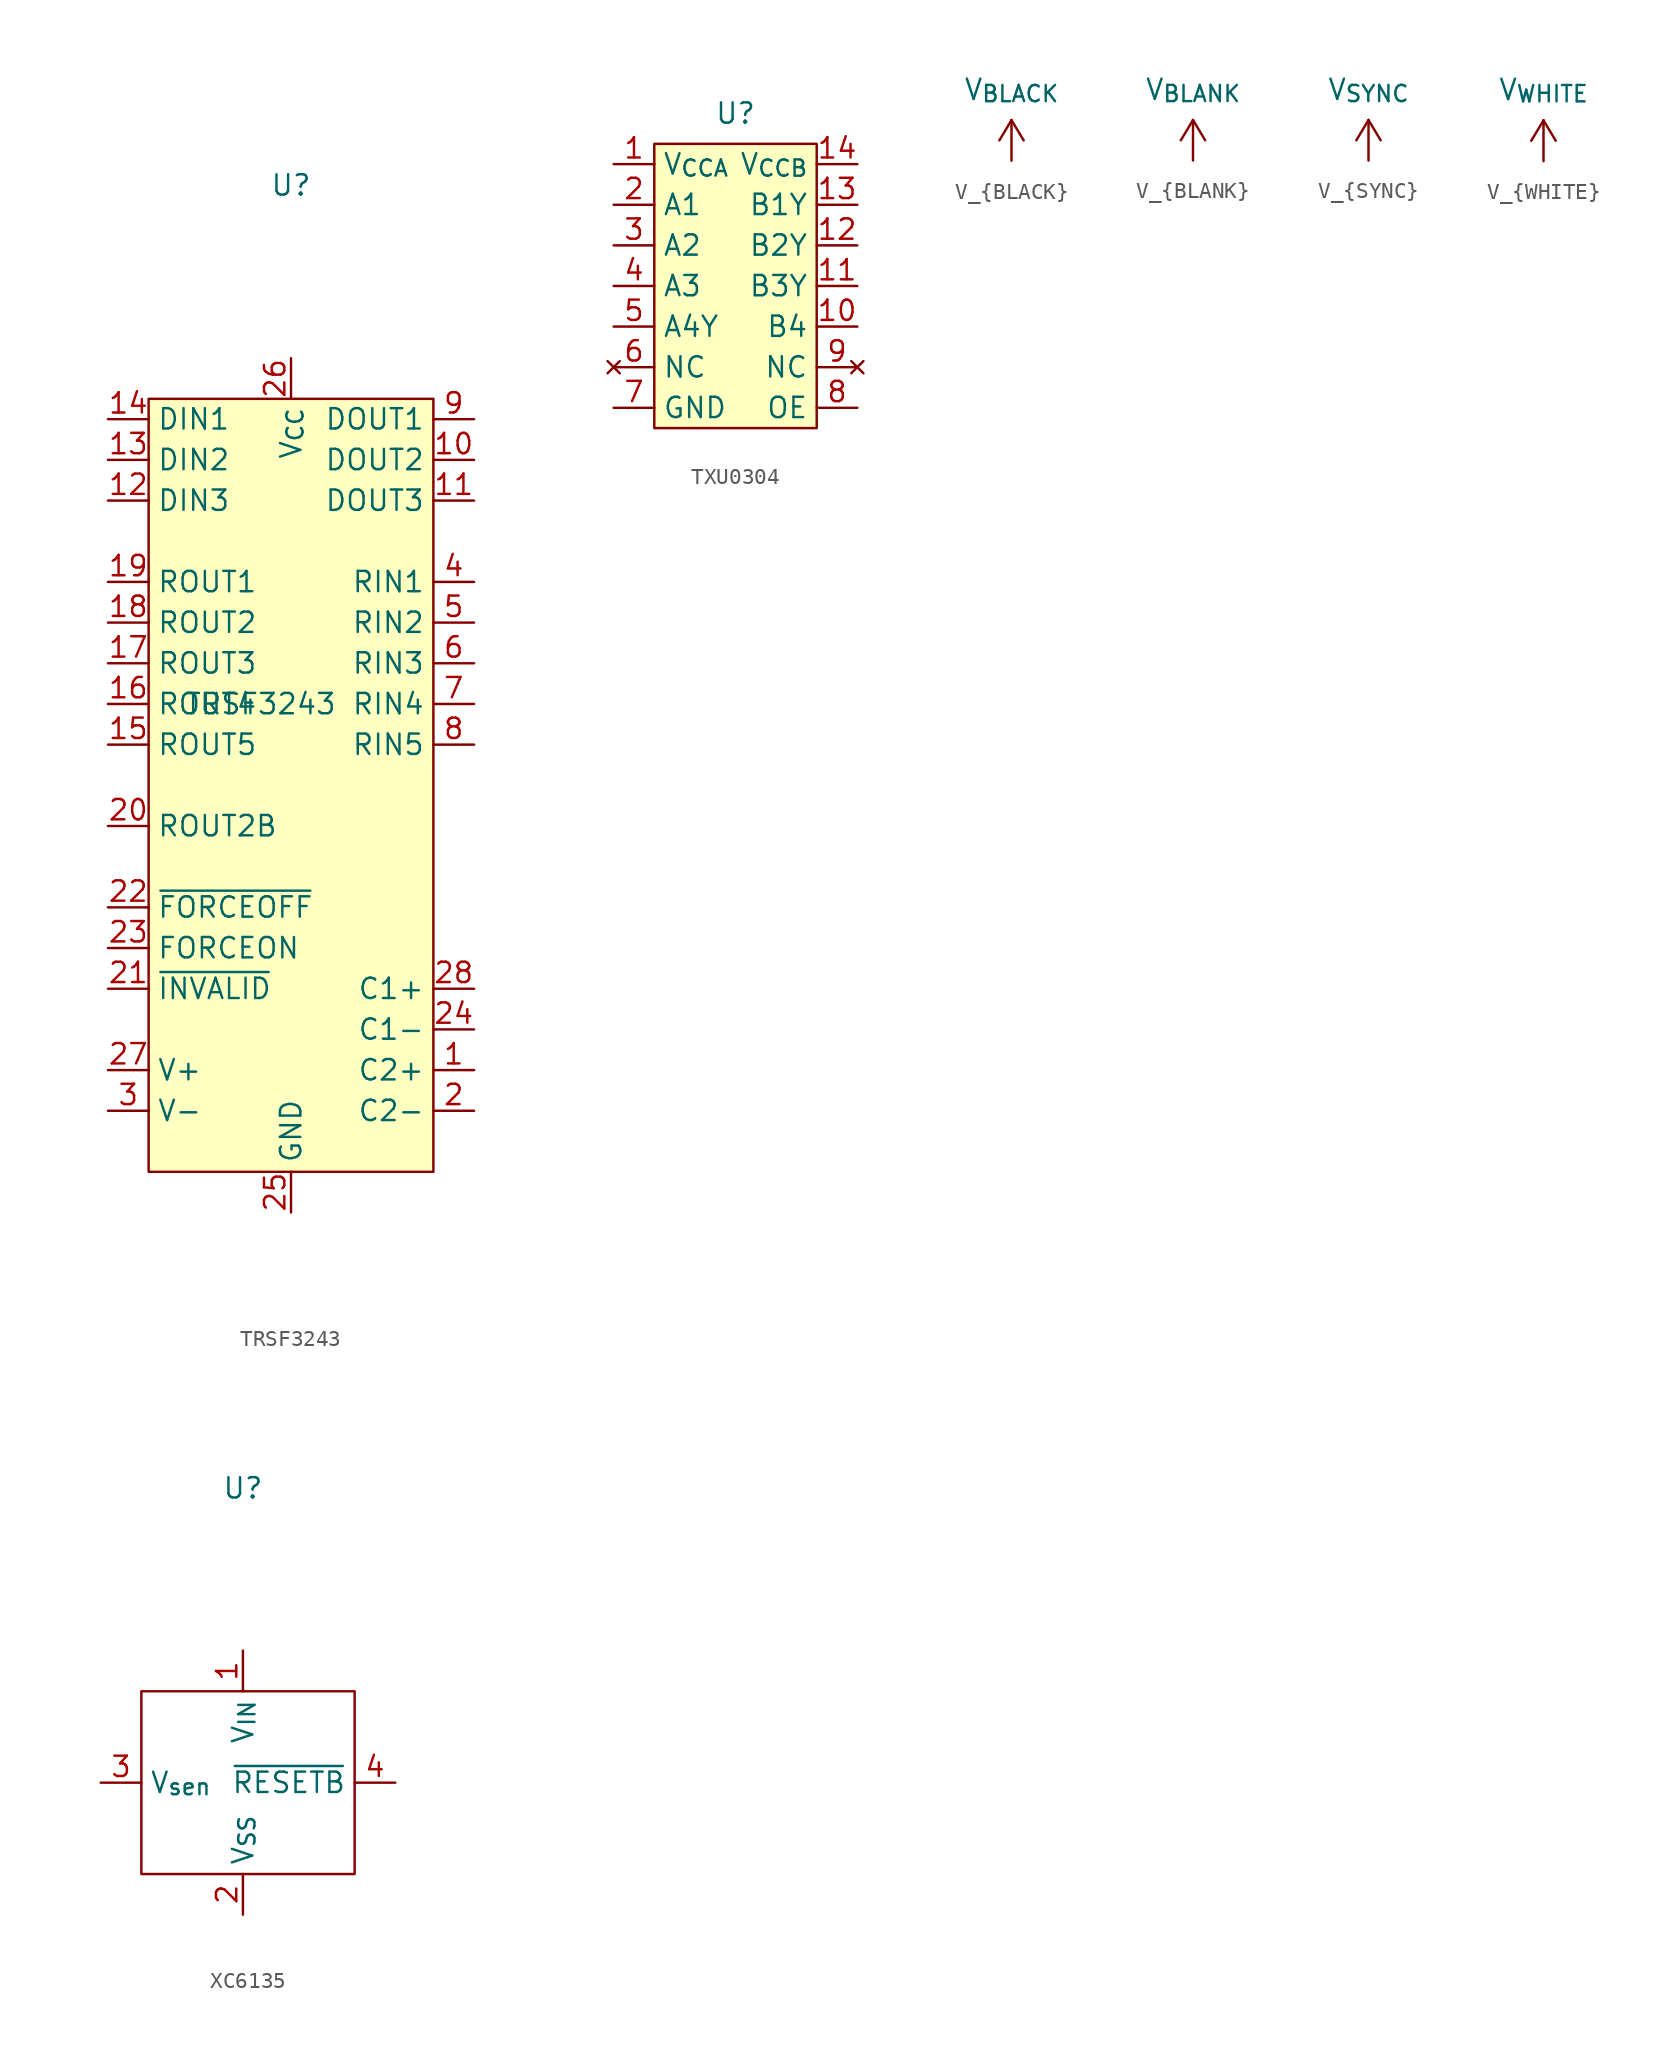
<source format=kicad_sym>
(kicad_symbol_lib
  (version 20220914)
  (generator kicad_symbol_editor)
  (symbol "TRSF3243"
    (property "Reference" "U"
      (at 0 37.465 0)
      (effects (font (size 1.27 1.27))))
    (property "Value" "TRSF3243"
      (at -1.905 5.08 0)
      (effects (font (size 1.27 1.27))))
    (symbol "TRSF3243_1_0"
      (pin unspecified line (at -11.43 -2.54 0) (length 2.54) (name "ROUT2B" (effects (font (size 1.27 1.27)))) (number "20" (effects (font (size 1.27 1.27))))))
    (symbol "TRSF3243_1_1"
      (rectangle (start -8.89 24.13) (end 8.89 -24.13) (stroke (width 0) (type default)) (fill (type background)))
      (pin passive line (at 11.43 -17.78 180) (length 2.54) (name "C2+" (effects (font (size 1.27 1.27)))) (number "1" (effects (font (size 1.27 1.27)))))
      (pin output line (at 11.43 20.32 180) (length 2.54) (name "DOUT2" (effects (font (size 1.27 1.27)))) (number "10" (effects (font (size 1.27 1.27)))))
      (pin output line (at 11.43 17.78 180) (length 2.54) (name "DOUT3" (effects (font (size 1.27 1.27)))) (number "11" (effects (font (size 1.27 1.27)))))
      (pin input line (at -11.43 17.78 0) (length 2.54) (name "DIN3" (effects (font (size 1.27 1.27)))) (number "12" (effects (font (size 1.27 1.27)))))
      (pin input line (at -11.43 20.32 0) (length 2.54) (name "DIN2" (effects (font (size 1.27 1.27)))) (number "13" (effects (font (size 1.27 1.27)))))
      (pin input line (at -11.43 22.86 0) (length 2.54) (name "DIN1" (effects (font (size 1.27 1.27)))) (number "14" (effects (font (size 1.27 1.27)))))
      (pin output line (at -11.43 2.54 0) (length 2.54) (name "ROUT5" (effects (font (size 1.27 1.27)))) (number "15" (effects (font (size 1.27 1.27)))))
      (pin output line (at -11.43 5.08 0) (length 2.54) (name "ROUT4" (effects (font (size 1.27 1.27)))) (number "16" (effects (font (size 1.27 1.27)))))
      (pin output line (at -11.43 7.62 0) (length 2.54) (name "ROUT3" (effects (font (size 1.27 1.27)))) (number "17" (effects (font (size 1.27 1.27)))))
      (pin output line (at -11.43 10.16 0) (length 2.54) (name "ROUT2" (effects (font (size 1.27 1.27)))) (number "18" (effects (font (size 1.27 1.27)))))
      (pin output line (at -11.43 12.7 0) (length 2.54) (name "ROUT1" (effects (font (size 1.27 1.27)))) (number "19" (effects (font (size 1.27 1.27)))))
      (pin passive line (at 11.43 -20.32 180) (length 2.54) (name "C2-" (effects (font (size 1.27 1.27)))) (number "2" (effects (font (size 1.27 1.27)))))
      (pin output line (at -11.43 -12.7 0) (length 2.54) (name "~{INVALID}" (effects (font (size 1.27 1.27)))) (number "21" (effects (font (size 1.27 1.27)))))
      (pin input line (at -11.43 -7.62 0) (length 2.54) (name "~{FORCEOFF}" (effects (font (size 1.27 1.27)))) (number "22" (effects (font (size 1.27 1.27)))))
      (pin input line (at -11.43 -10.16 0) (length 2.54) (name "FORCEON" (effects (font (size 1.27 1.27)))) (number "23" (effects (font (size 1.27 1.27)))))
      (pin passive line (at 11.43 -15.24 180) (length 2.54) (name "C1-" (effects (font (size 1.27 1.27)))) (number "24" (effects (font (size 1.27 1.27)))))
      (pin power_in line (at 0 -26.67 90) (length 2.54) (name "GND" (effects (font (size 1.27 1.27)))) (number "25" (effects (font (size 1.27 1.27)))))
      (pin power_in line (at 0 26.67 270) (length 2.54) (name "V_{CC}" (effects (font (size 1.27 1.27)))) (number "26" (effects (font (size 1.27 1.27)))))
      (pin passive line (at -11.43 -17.78 0) (length 2.54) (name "V+" (effects (font (size 1.27 1.27)))) (number "27" (effects (font (size 1.27 1.27)))))
      (pin passive line (at 11.43 -12.7 180) (length 2.54) (name "C1+" (effects (font (size 1.27 1.27)))) (number "28" (effects (font (size 1.27 1.27)))))
      (pin passive line (at -11.43 -20.32 0) (length 2.54) (name "V-" (effects (font (size 1.27 1.27)))) (number "3" (effects (font (size 1.27 1.27)))))
      (pin input line (at 11.43 12.7 180) (length 2.54) (name "RIN1" (effects (font (size 1.27 1.27)))) (number "4" (effects (font (size 1.27 1.27)))))
      (pin input line (at 11.43 10.16 180) (length 2.54) (name "RIN2" (effects (font (size 1.27 1.27)))) (number "5" (effects (font (size 1.27 1.27)))))
      (pin input line (at 11.43 7.62 180) (length 2.54) (name "RIN3" (effects (font (size 1.27 1.27)))) (number "6" (effects (font (size 1.27 1.27)))))
      (pin input line (at 11.43 5.08 180) (length 2.54) (name "RIN4" (effects (font (size 1.27 1.27)))) (number "7" (effects (font (size 1.27 1.27)))))
      (pin input line (at 11.43 2.54 180) (length 2.54) (name "RIN5" (effects (font (size 1.27 1.27)))) (number "8" (effects (font (size 1.27 1.27)))))
      (pin output line (at 11.43 22.86 180) (length 2.54) (name "DOUT1" (effects (font (size 1.27 1.27)))) (number "9" (effects (font (size 1.27 1.27)))))))
  (symbol "TXU0304"
    (property "Reference" "U"
      (at 0 10.795 0)
      (effects (font (size 1.27 1.27))))
    (property "Value" ""
      (at 1.27 1.905 0)
      (effects (font (size 1.27 1.27))))
    (symbol "TXU0304_1_1"
      (rectangle (start -5.08 8.89) (end 5.08 -8.89) (stroke (width 0) (type default)) (fill (type background)))
      (pin power_in line (at -7.62 7.62 0) (length 2.54) (name "V_{CCA}" (effects (font (size 1.27 1.27)))) (number "1" (effects (font (size 1.27 1.27)))))
      (pin input line (at 7.62 -2.54 180) (length 2.54) (name "B4" (effects (font (size 1.27 1.27)))) (number "10" (effects (font (size 1.27 1.27)))))
      (pin output line (at 7.62 0 180) (length 2.54) (name "B3Y" (effects (font (size 1.27 1.27)))) (number "11" (effects (font (size 1.27 1.27)))))
      (pin output line (at 7.62 2.54 180) (length 2.54) (name "B2Y" (effects (font (size 1.27 1.27)))) (number "12" (effects (font (size 1.27 1.27)))))
      (pin output line (at 7.62 5.08 180) (length 2.54) (name "B1Y" (effects (font (size 1.27 1.27)))) (number "13" (effects (font (size 1.27 1.27)))))
      (pin power_in line (at 7.62 7.62 180) (length 2.54) (name "V_{CCB}" (effects (font (size 1.27 1.27)))) (number "14" (effects (font (size 1.27 1.27)))))
      (pin input line (at -7.62 5.08 0) (length 2.54) (name "A1" (effects (font (size 1.27 1.27)))) (number "2" (effects (font (size 1.27 1.27)))))
      (pin input line (at -7.62 2.54 0) (length 2.54) (name "A2" (effects (font (size 1.27 1.27)))) (number "3" (effects (font (size 1.27 1.27)))))
      (pin input line (at -7.62 0 0) (length 2.54) (name "A3" (effects (font (size 1.27 1.27)))) (number "4" (effects (font (size 1.27 1.27)))))
      (pin output line (at -7.62 -2.54 0) (length 2.54) (name "A4Y" (effects (font (size 1.27 1.27)))) (number "5" (effects (font (size 1.27 1.27)))))
      (pin no_connect line (at -7.62 -5.08 0) (length 2.54) (name "NC" (effects (font (size 1.27 1.27)))) (number "6" (effects (font (size 1.27 1.27)))))
      (pin power_in line (at -7.62 -7.62 0) (length 2.54) (name "GND" (effects (font (size 1.27 1.27)))) (number "7" (effects (font (size 1.27 1.27)))))
      (pin input line (at 7.62 -7.62 180) (length 2.54) (name "OE" (effects (font (size 1.27 1.27)))) (number "8" (effects (font (size 1.27 1.27)))))
      (pin no_connect line (at 7.62 -5.08 180) (length 2.54) (name "NC" (effects (font (size 1.27 1.27)))) (number "9" (effects (font (size 1.27 1.27)))))))
  (symbol "V_{BLACK}"
    (power)
    (property "Reference" "V_{BLACK}"
      (at 0 6.35 0)
      (effects (font (size 1.27 1.27)) hide))
    (property "Value" "V_{BLACK}"
      (at 0 4.445 0)
      (effects (font (size 1.27 1.27))))
    (symbol "V_{BLACK}_0_1"
      (polyline (pts (xy -0.762 1.27) (xy 0 2.54)) (stroke (width 0) (type default)) (fill (type none)))
      (polyline (pts (xy 0 0) (xy 0 2.54)) (stroke (width 0) (type default)) (fill (type none)))
      (polyline (pts (xy 0 2.54) (xy 0.762 1.27)) (stroke (width 0) (type default)) (fill (type none))))
    (symbol "V_{BLACK}_1_1"
      (pin power_in line (at 0 0 90) (length 0) hide (name "53.57mV" (effects (font (size 1.27 1.27)))) (number "1" (effects (font (size 1.27 1.27)))))))
  (symbol "V_{BLANK}"
    (power)
    (property "Reference" "V_{BLANK}"
      (at 0 6.35 0)
      (effects (font (size 1.27 1.27)) hide))
    (property "Value" "V_{BLANK}"
      (at 0 4.445 0)
      (effects (font (size 1.27 1.27))))
    (symbol "V_{BLANK}_0_1"
      (polyline (pts (xy -0.762 1.27) (xy 0 2.54)) (stroke (width 0) (type default)) (fill (type none)))
      (polyline (pts (xy 0 0) (xy 0 2.54)) (stroke (width 0) (type default)) (fill (type none)))
      (polyline (pts (xy 0 2.54) (xy 0.762 1.27)) (stroke (width 0) (type default)) (fill (type none))))
    (symbol "V_{BLANK}_1_1"
      (pin power_in line (at 0 0 90) (length 0) hide (name "0V" (effects (font (size 1.27 1.27)))) (number "1" (effects (font (size 1.27 1.27)))))))
  (symbol "V_{SYNC}"
    (power)
    (property "Reference" "V_{SYNC}"
      (at 0 6.35 0)
      (effects (font (size 1.27 1.27)) hide))
    (property "Value" "V_{SYNC}"
      (at 0 4.445 0)
      (effects (font (size 1.27 1.27))))
    (symbol "V_{SYNC}_0_1"
      (polyline (pts (xy -0.762 1.27) (xy 0 2.54)) (stroke (width 0) (type default)) (fill (type none)))
      (polyline (pts (xy 0 0) (xy 0 2.54)) (stroke (width 0) (type default)) (fill (type none)))
      (polyline (pts (xy 0 2.54) (xy 0.762 1.27)) (stroke (width 0) (type default)) (fill (type none))))
    (symbol "V_{SYNC}_1_1"
      (pin power_in line (at 0 0 90) (length 0) hide (name "53.57mV" (effects (font (size 1.27 1.27)))) (number "1" (effects (font (size 1.27 1.27)))))))
  (symbol "V_{WHITE}"
    (power)
    (property "Reference" "V_{WHITE}"
      (at 0 6.35 0)
      (effects (font (size 1.27 1.27)) hide))
    (property "Value" "V_{WHITE}"
      (at 0 4.445 0)
      (effects (font (size 1.27 1.27))))
    (symbol "V_{WHITE}_0_1"
      (polyline (pts (xy -0.762 1.27) (xy 0 2.54)) (stroke (width 0) (type default)) (fill (type none)))
      (polyline (pts (xy 0 0) (xy 0 2.54)) (stroke (width 0) (type default)) (fill (type none)))
      (polyline (pts (xy 0 2.54) (xy 0.762 1.27)) (stroke (width 0) (type default)) (fill (type none))))
    (symbol "V_{WHITE}_1_1"
      (pin power_in line (at 0 0 90) (length 0) hide (name "714.3mV" (effects (font (size 1.27 1.27)))) (number "1" (effects (font (size 1.27 1.27)))))))
  (symbol "XC6135"
    (property "Reference" "U"
      (at 0 18.415 0)
      (effects (font (size 1.27 1.27))))
    (property "Value" ""
      (at 0 -2.54 0)
      (effects (font (size 1.27 1.27))))
    (symbol "XC6135_0_1"
      (rectangle (start -6.35 5.715) (end 6.985 -5.715) (stroke (width 0) (type default)) (fill (type none))))
    (symbol "XC6135_1_1"
      (pin power_in line (at 0 8.255 270) (length 2.54) (name "V_{IN}" (effects (font (size 1.27 1.27)))) (number "1" (effects (font (size 1.27 1.27)))))
      (pin power_in line (at 0 -8.255 90) (length 2.54) (name "V_{SS}" (effects (font (size 1.27 1.27)))) (number "2" (effects (font (size 1.27 1.27)))))
      (pin input line (at -8.89 0 0) (length 2.54) (name "V_{sen}" (effects (font (size 1.27 1.27)))) (number "3" (effects (font (size 1.27 1.27)))))
      (pin output line (at 9.525 0 180) (length 2.54) (name "~{RESETB}" (effects (font (size 1.27 1.27)))) (number "4" (effects (font (size 1.27 1.27))))))))
</source>
